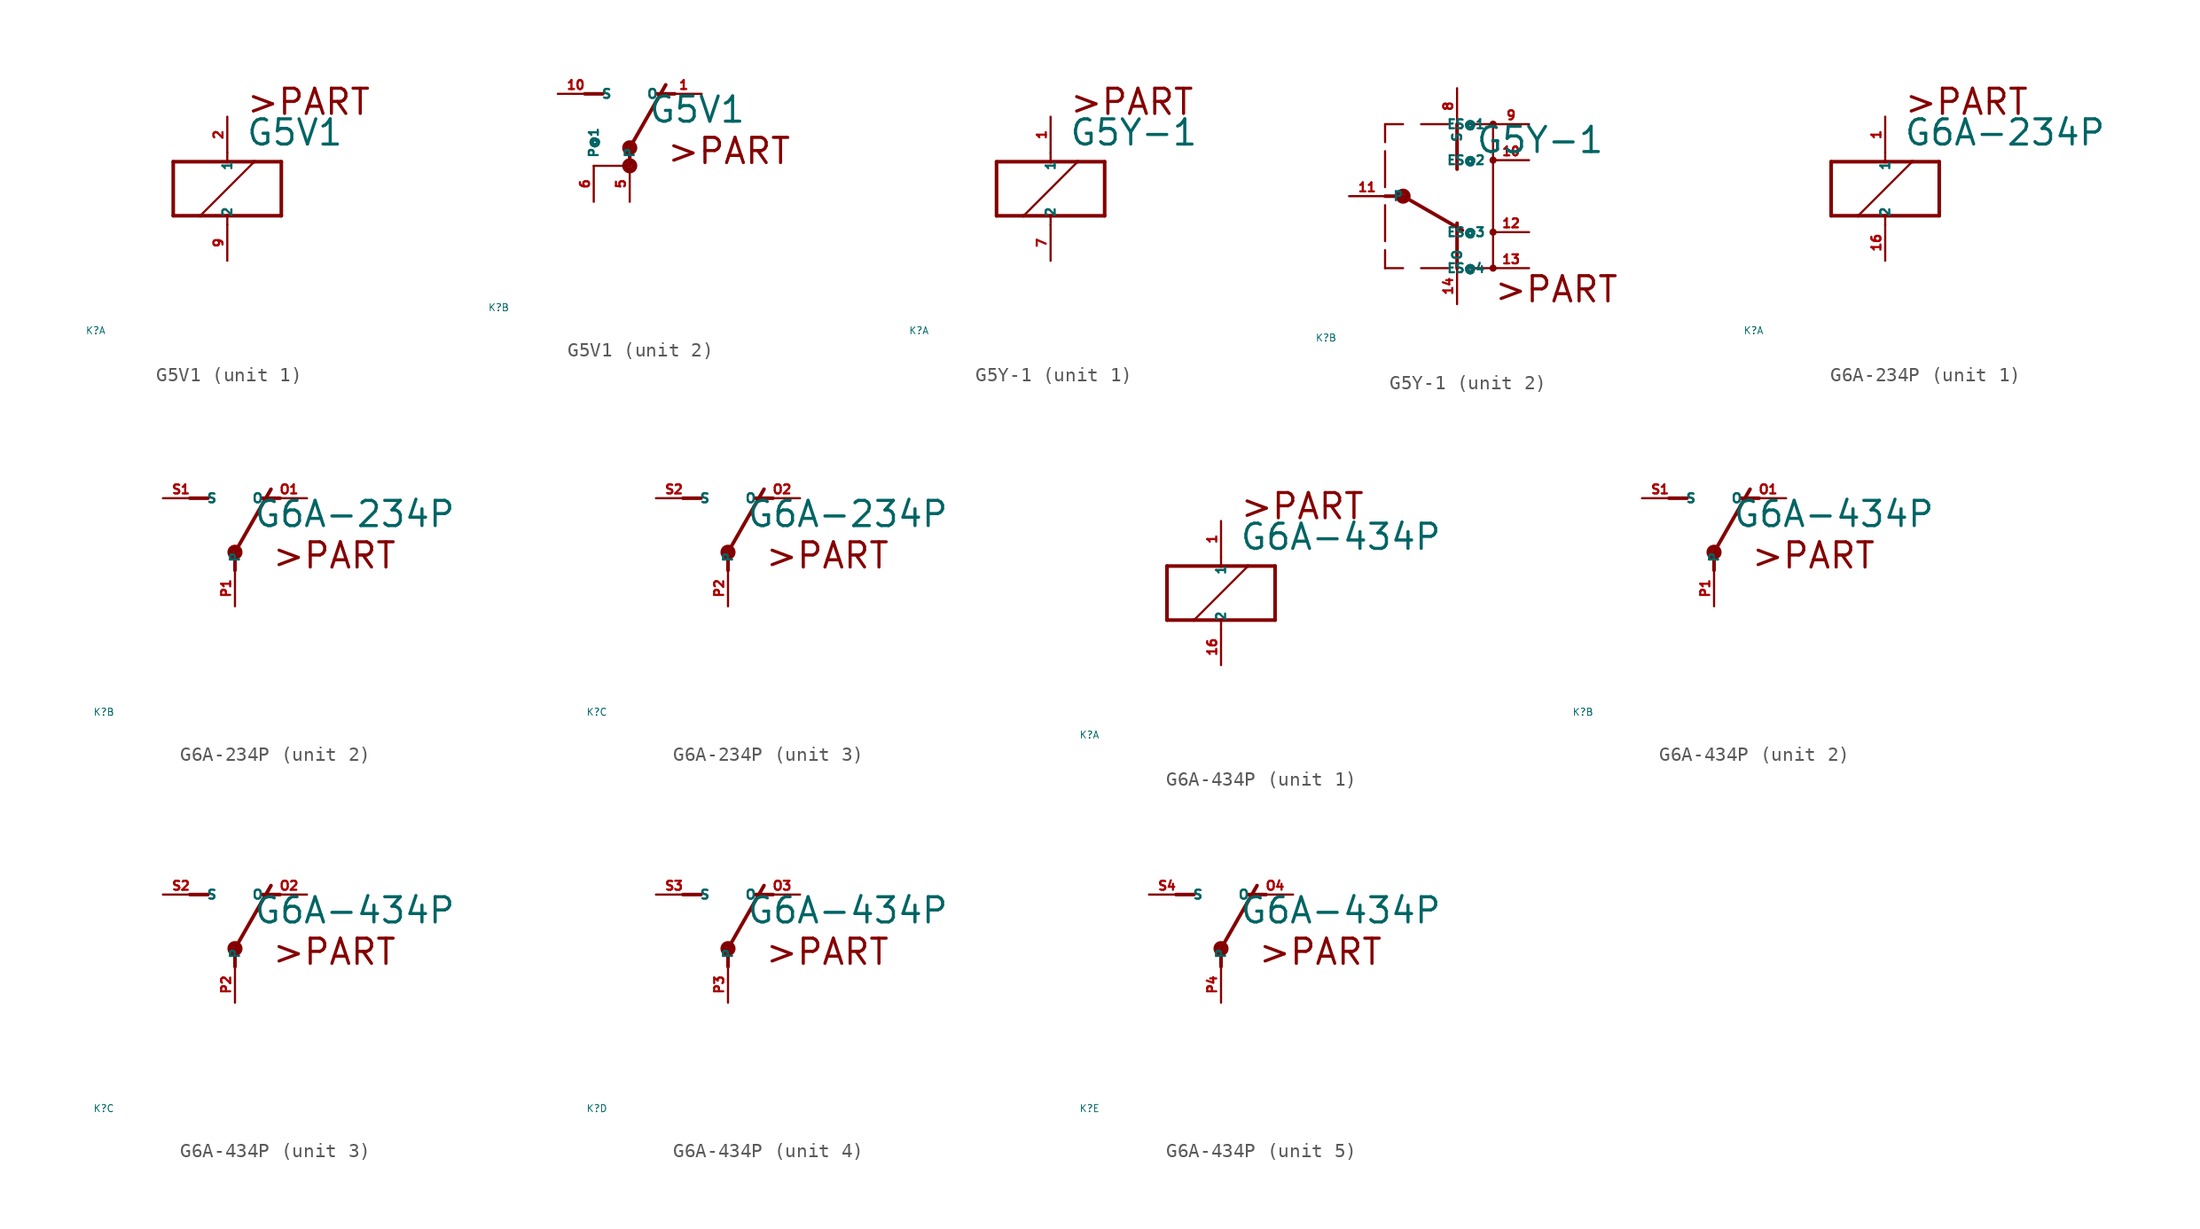
<source format=kicad_sym>
(kicad_symbol_lib
  (version 20220914)
  (generator Eagle2Kicad)
  (symbol "G5V1"
    (property "Reference" "K"
      (at -10 -10 0)
      (effects (font (size 0.5 0.5) (thickness 0.06)) (justify left)))
    (property "Value" "G5V1"
      (at 1.27 2.921 0)
      (effects (font (size 1.778 1.778) (thickness 0.22)) (justify left bottom)))
    (symbol "G5V1_1_0"
      (polyline (pts (xy -3.81 -1.905) (xy -1.905 -1.905)) (stroke (width 0.254) (type default)) (fill (type none)))
      (polyline (pts (xy 3.81 -1.905) (xy 3.81 1.905)) (stroke (width 0.254) (type default)) (fill (type none)))
      (polyline (pts (xy 3.81 1.905) (xy 1.905 1.905)) (stroke (width 0.254) (type default)) (fill (type none)))
      (polyline (pts (xy -3.81 1.905) (xy -3.81 -1.905)) (stroke (width 0.254) (type default)) (fill (type none)))
      (polyline (pts (xy 0 -2.54) (xy 0 -1.905)) (stroke (width 0.152) (type default)) (fill (type none)))
      (polyline (pts (xy 0 -1.905) (xy 3.81 -1.905)) (stroke (width 0.254) (type default)) (fill (type none)))
      (polyline (pts (xy 0 2.54) (xy 0 1.905)) (stroke (width 0.152) (type default)) (fill (type none)))
      (polyline (pts (xy 0 1.905) (xy -3.81 1.905)) (stroke (width 0.254) (type default)) (fill (type none)))
      (polyline (pts (xy -1.905 -1.905) (xy 1.905 1.905)) (stroke (width 0.152) (type default)) (fill (type none)))
      (polyline (pts (xy -1.905 -1.905) (xy 0 -1.905)) (stroke (width 0.254) (type default)) (fill (type none)))
      (polyline (pts (xy 1.905 1.905) (xy 0 1.905)) (stroke (width 0.254) (type default)) (fill (type none)))
      (text ">PART" (at 1.27 5.08 0) (effects (font (size 1.778 1.778) (thickness 0.22)) (justify left bottom)))
      (pin passive line (at 0 -5.08 90) (length 2.54) (name "2" (effects (font (size 0.635 0.635) (thickness 0.08)) (justify left bottom))) (number "9" (effects (font (size 0.635 0.635) (thickness 0.08)) (justify left bottom))))
      (pin passive line (at 0 5.08 270) (length 2.54) (name "1" (effects (font (size 0.635 0.635) (thickness 0.08)) (justify left bottom))) (number "2" (effects (font (size 0.635 0.635) (thickness 0.08)) (justify left bottom)))))
    (symbol "G5V1_2_0"
      (polyline (pts (xy 3.175 5.08) (xy 1.905 5.08)) (stroke (width 0.254) (type default)) (fill (type none)))
      (polyline (pts (xy -3.175 5.08) (xy -1.905 5.08)) (stroke (width 0.254) (type default)) (fill (type none)))
      (polyline (pts (xy 0 1.27) (xy 2.54 5.715)) (stroke (width 0.254) (type default)) (fill (type none)))
      (polyline (pts (xy -2.54 0) (xy 0 0)) (stroke (width 0.152) (type default)) (fill (type none)))
      (polyline (pts (xy 0 0) (xy 0 1.27)) (stroke (width 0.254) (type default)) (fill (type none)))
      (text ">PART" (at 2.54 0 0) (effects (font (size 1.778 1.778) (thickness 0.22)) (justify left bottom)))
      (circle (center 0 0) (radius 0.127) (stroke (width 0.406) (type default)) (fill (type none)))
      (circle (center 0 1.27) (radius 0.127) (stroke (width 0.406) (type default)) (fill (type none)))
      (pin passive line (at 5.08 5.08 180) (length 2.54) (name "O" (effects (font (size 0.635 0.635) (thickness 0.08)) (justify left bottom))) (number "1" (effects (font (size 0.635 0.635) (thickness 0.08)) (justify left bottom))))
      (pin passive line (at -5.08 5.08 0) (length 2.54) (name "S" (effects (font (size 0.635 0.635) (thickness 0.08)) (justify left bottom))) (number "10" (effects (font (size 0.635 0.635) (thickness 0.08)) (justify left bottom))))
      (pin passive line (at 0 -2.54 90) (length 2.54) (name "P" (effects (font (size 0.635 0.635) (thickness 0.08)) (justify left bottom))) (number "5" (effects (font (size 0.635 0.635) (thickness 0.08)) (justify left bottom))))
      (pin passive line (at -2.54 -2.54 90) (length 2.54) (name "P@1" (effects (font (size 0.635 0.635) (thickness 0.08)) (justify left bottom))) (number "6" (effects (font (size 0.635 0.635) (thickness 0.08)) (justify left bottom))))))
  (symbol "G5Y-1"
    (property "Reference" "K"
      (at -10 -10 0)
      (effects (font (size 0.5 0.5) (thickness 0.06)) (justify left)))
    (property "Value" "G5Y-1"
      (at 1.27 2.921 0)
      (effects (font (size 1.778 1.778) (thickness 0.22)) (justify left bottom)))
    (symbol "G5Y-1_1_0"
      (polyline (pts (xy -3.81 -1.905) (xy -1.905 -1.905)) (stroke (width 0.254) (type default)) (fill (type none)))
      (polyline (pts (xy 3.81 -1.905) (xy 3.81 1.905)) (stroke (width 0.254) (type default)) (fill (type none)))
      (polyline (pts (xy 3.81 1.905) (xy 1.905 1.905)) (stroke (width 0.254) (type default)) (fill (type none)))
      (polyline (pts (xy -3.81 1.905) (xy -3.81 -1.905)) (stroke (width 0.254) (type default)) (fill (type none)))
      (polyline (pts (xy 0 -2.54) (xy 0 -1.905)) (stroke (width 0.152) (type default)) (fill (type none)))
      (polyline (pts (xy 0 -1.905) (xy 3.81 -1.905)) (stroke (width 0.254) (type default)) (fill (type none)))
      (polyline (pts (xy 0 2.54) (xy 0 1.905)) (stroke (width 0.152) (type default)) (fill (type none)))
      (polyline (pts (xy 0 1.905) (xy -3.81 1.905)) (stroke (width 0.254) (type default)) (fill (type none)))
      (polyline (pts (xy -1.905 -1.905) (xy 1.905 1.905)) (stroke (width 0.152) (type default)) (fill (type none)))
      (polyline (pts (xy -1.905 -1.905) (xy 0 -1.905)) (stroke (width 0.254) (type default)) (fill (type none)))
      (polyline (pts (xy 1.905 1.905) (xy 0 1.905)) (stroke (width 0.254) (type default)) (fill (type none)))
      (text ">PART" (at 1.27 5.08 0) (effects (font (size 1.778 1.778) (thickness 0.22)) (justify left bottom)))
      (pin passive line (at 0 -5.08 90) (length 2.54) (name "2" (effects (font (size 0.635 0.635) (thickness 0.08)) (justify left bottom))) (number "7" (effects (font (size 0.635 0.635) (thickness 0.08)) (justify left bottom))))
      (pin passive line (at 0 5.08 270) (length 2.54) (name "1" (effects (font (size 0.635 0.635) (thickness 0.08)) (justify left bottom))) (number "1" (effects (font (size 0.635 0.635) (thickness 0.08)) (justify left bottom)))))
    (symbol "G5Y-1_2_0"
      (polyline (pts (xy 0 -5.08) (xy 0 -1.905)) (stroke (width 0.254) (type default)) (fill (type none)))
      (polyline (pts (xy 0 5.08) (xy 0 1.905)) (stroke (width 0.254) (type default)) (fill (type none)))
      (polyline (pts (xy -5.08 0) (xy -3.81 0)) (stroke (width 0.254) (type default)) (fill (type none)))
      (polyline (pts (xy -3.81 0) (xy 0.381 -2.413)) (stroke (width 0.254) (type default)) (fill (type none)))
      (polyline (pts (xy 2.54 5.08) (xy 2.54 -5.08)) (stroke (width 0.152) (type default)) (fill (type none)))
      (polyline (pts (xy 2.54 -5.08) (xy 0.635 -5.08)) (stroke (width 0.152) (type default)) (fill (type none)))
      (polyline (pts (xy 2.54 5.08) (xy 0.635 5.08)) (stroke (width 0.152) (type default)) (fill (type none)))
      (polyline (pts (xy -0.635 5.08) (xy -2.54 5.08)) (stroke (width 0.152) (type default)) (fill (type none)))
      (polyline (pts (xy -0.635 -5.08) (xy -2.54 -5.08)) (stroke (width 0.152) (type default)) (fill (type none)))
      (polyline (pts (xy -5.08 3.175) (xy -5.08 0.635)) (stroke (width 0.152) (type default)) (fill (type none)))
      (polyline (pts (xy -5.08 -0.635) (xy -5.08 -3.175)) (stroke (width 0.152) (type default)) (fill (type none)))
      (polyline (pts (xy -5.08 -3.81) (xy -5.08 -5.08)) (stroke (width 0.152) (type default)) (fill (type none)))
      (polyline (pts (xy -5.08 -5.08) (xy -3.81 -5.08)) (stroke (width 0.152) (type default)) (fill (type none)))
      (polyline (pts (xy -3.81 5.08) (xy -5.08 5.08)) (stroke (width 0.152) (type default)) (fill (type none)))
      (polyline (pts (xy -5.08 5.08) (xy -5.08 3.81)) (stroke (width 0.152) (type default)) (fill (type none)))
      (text ">PART" (at 2.54 -7.62 0) (effects (font (size 1.778 1.778) (thickness 0.22)) (justify left bottom)))
      (circle (center -3.81 0) (radius 0.127) (stroke (width 0.406) (type default)) (fill (type none)))
      (circle (center 2.54 -5.08) (radius 0.127) (stroke (width 0.254) (type default)) (fill (type none)))
      (circle (center 2.54 -2.54) (radius 0.127) (stroke (width 0.254) (type default)) (fill (type none)))
      (circle (center 2.54 2.54) (radius 0.127) (stroke (width 0.254) (type default)) (fill (type none)))
      (circle (center 2.54 5.08) (radius 0.127) (stroke (width 0.254) (type default)) (fill (type none)))
      (pin passive line (at 0 -7.62 90) (length 2.54) (name "O" (effects (font (size 0.635 0.635) (thickness 0.08)) (justify left bottom))) (number "14" (effects (font (size 0.635 0.635) (thickness 0.08)) (justify left bottom))))
      (pin passive line (at 0 7.62 270) (length 2.54) (name "S" (effects (font (size 0.635 0.635) (thickness 0.08)) (justify left bottom))) (number "8" (effects (font (size 0.635 0.635) (thickness 0.08)) (justify left bottom))))
      (pin passive line (at -7.62 0 0) (length 2.54) (name "P" (effects (font (size 0.635 0.635) (thickness 0.08)) (justify left bottom))) (number "11" (effects (font (size 0.635 0.635) (thickness 0.08)) (justify left bottom))))
      (pin passive line (at 5.08 5.08 180) (length 2.54) (name "ES@1" (effects (font (size 0.635 0.635) (thickness 0.08)) (justify left bottom))) (number "9" (effects (font (size 0.635 0.635) (thickness 0.08)) (justify left bottom))))
      (pin passive line (at 5.08 2.54 180) (length 2.54) (name "ES@2" (effects (font (size 0.635 0.635) (thickness 0.08)) (justify left bottom))) (number "10" (effects (font (size 0.635 0.635) (thickness 0.08)) (justify left bottom))))
      (pin passive line (at 5.08 -2.54 180) (length 2.54) (name "ES@3" (effects (font (size 0.635 0.635) (thickness 0.08)) (justify left bottom))) (number "12" (effects (font (size 0.635 0.635) (thickness 0.08)) (justify left bottom))))
      (pin passive line (at 5.08 -5.08 180) (length 2.54) (name "ES@4" (effects (font (size 0.635 0.635) (thickness 0.08)) (justify left bottom))) (number "13" (effects (font (size 0.635 0.635) (thickness 0.08)) (justify left bottom))))))
  (symbol "G6A-234P"
    (property "Reference" "K"
      (at -10 -10 0)
      (effects (font (size 0.5 0.5) (thickness 0.06)) (justify left)))
    (property "Value" "G6A-234P"
      (at 1.27 2.921 0)
      (effects (font (size 1.778 1.778) (thickness 0.22)) (justify left bottom)))
    (symbol "G6A-234P_1_0"
      (polyline (pts (xy -3.81 -1.905) (xy -1.905 -1.905)) (stroke (width 0.254) (type default)) (fill (type none)))
      (polyline (pts (xy 3.81 -1.905) (xy 3.81 1.905)) (stroke (width 0.254) (type default)) (fill (type none)))
      (polyline (pts (xy 3.81 1.905) (xy 1.905 1.905)) (stroke (width 0.254) (type default)) (fill (type none)))
      (polyline (pts (xy -3.81 1.905) (xy -3.81 -1.905)) (stroke (width 0.254) (type default)) (fill (type none)))
      (polyline (pts (xy 0 -2.54) (xy 0 -1.905)) (stroke (width 0.152) (type default)) (fill (type none)))
      (polyline (pts (xy 0 -1.905) (xy 3.81 -1.905)) (stroke (width 0.254) (type default)) (fill (type none)))
      (polyline (pts (xy 0 2.54) (xy 0 1.905)) (stroke (width 0.152) (type default)) (fill (type none)))
      (polyline (pts (xy 0 1.905) (xy -3.81 1.905)) (stroke (width 0.254) (type default)) (fill (type none)))
      (polyline (pts (xy -1.905 -1.905) (xy 1.905 1.905)) (stroke (width 0.152) (type default)) (fill (type none)))
      (polyline (pts (xy -1.905 -1.905) (xy 0 -1.905)) (stroke (width 0.254) (type default)) (fill (type none)))
      (polyline (pts (xy 1.905 1.905) (xy 0 1.905)) (stroke (width 0.254) (type default)) (fill (type none)))
      (text ">PART" (at 1.27 5.08 0) (effects (font (size 1.778 1.778) (thickness 0.22)) (justify left bottom)))
      (pin passive line (at 0 -5.08 90) (length 2.54) (name "2" (effects (font (size 0.635 0.635) (thickness 0.08)) (justify left bottom))) (number "16" (effects (font (size 0.635 0.635) (thickness 0.08)) (justify left bottom))))
      (pin passive line (at 0 5.08 270) (length 2.54) (name "1" (effects (font (size 0.635 0.635) (thickness 0.08)) (justify left bottom))) (number "1" (effects (font (size 0.635 0.635) (thickness 0.08)) (justify left bottom)))))
    (symbol "G6A-234P_2_0"
      (polyline (pts (xy 3.175 5.08) (xy 1.905 5.08)) (stroke (width 0.254) (type default)) (fill (type none)))
      (polyline (pts (xy -3.175 5.08) (xy -1.905 5.08)) (stroke (width 0.254) (type default)) (fill (type none)))
      (polyline (pts (xy 0 1.27) (xy 2.54 5.715)) (stroke (width 0.254) (type default)) (fill (type none)))
      (polyline (pts (xy 0 1.27) (xy 0 0)) (stroke (width 0.254) (type default)) (fill (type none)))
      (text ">PART" (at 2.54 0 0) (effects (font (size 1.778 1.778) (thickness 0.22)) (justify left bottom)))
      (circle (center 0 1.27) (radius 0.127) (stroke (width 0.406) (type default)) (fill (type none)))
      (pin passive line (at 5.08 5.08 180) (length 2.54) (name "O" (effects (font (size 0.635 0.635) (thickness 0.08)) (justify left bottom))) (number "O1" (effects (font (size 0.635 0.635) (thickness 0.08)) (justify left bottom))))
      (pin passive line (at -5.08 5.08 0) (length 2.54) (name "S" (effects (font (size 0.635 0.635) (thickness 0.08)) (justify left bottom))) (number "S1" (effects (font (size 0.635 0.635) (thickness 0.08)) (justify left bottom))))
      (pin passive line (at 0 -2.54 90) (length 2.54) (name "P" (effects (font (size 0.635 0.635) (thickness 0.08)) (justify left bottom))) (number "P1" (effects (font (size 0.635 0.635) (thickness 0.08)) (justify left bottom)))))
    (symbol "G6A-234P_3_0"
      (polyline (pts (xy 3.175 5.08) (xy 1.905 5.08)) (stroke (width 0.254) (type default)) (fill (type none)))
      (polyline (pts (xy -3.175 5.08) (xy -1.905 5.08)) (stroke (width 0.254) (type default)) (fill (type none)))
      (polyline (pts (xy 0 1.27) (xy 2.54 5.715)) (stroke (width 0.254) (type default)) (fill (type none)))
      (polyline (pts (xy 0 1.27) (xy 0 0)) (stroke (width 0.254) (type default)) (fill (type none)))
      (text ">PART" (at 2.54 0 0) (effects (font (size 1.778 1.778) (thickness 0.22)) (justify left bottom)))
      (circle (center 0 1.27) (radius 0.127) (stroke (width 0.406) (type default)) (fill (type none)))
      (pin passive line (at 5.08 5.08 180) (length 2.54) (name "O" (effects (font (size 0.635 0.635) (thickness 0.08)) (justify left bottom))) (number "O2" (effects (font (size 0.635 0.635) (thickness 0.08)) (justify left bottom))))
      (pin passive line (at -5.08 5.08 0) (length 2.54) (name "S" (effects (font (size 0.635 0.635) (thickness 0.08)) (justify left bottom))) (number "S2" (effects (font (size 0.635 0.635) (thickness 0.08)) (justify left bottom))))
      (pin passive line (at 0 -2.54 90) (length 2.54) (name "P" (effects (font (size 0.635 0.635) (thickness 0.08)) (justify left bottom))) (number "P2" (effects (font (size 0.635 0.635) (thickness 0.08)) (justify left bottom))))))
  (symbol "G6A-434P"
    (property "Reference" "K"
      (at -10 -10 0)
      (effects (font (size 0.5 0.5) (thickness 0.06)) (justify left)))
    (property "Value" "G6A-434P"
      (at 1.27 2.921 0)
      (effects (font (size 1.778 1.778) (thickness 0.22)) (justify left bottom)))
    (symbol "G6A-434P_1_0"
      (polyline (pts (xy -3.81 -1.905) (xy -1.905 -1.905)) (stroke (width 0.254) (type default)) (fill (type none)))
      (polyline (pts (xy 3.81 -1.905) (xy 3.81 1.905)) (stroke (width 0.254) (type default)) (fill (type none)))
      (polyline (pts (xy 3.81 1.905) (xy 1.905 1.905)) (stroke (width 0.254) (type default)) (fill (type none)))
      (polyline (pts (xy -3.81 1.905) (xy -3.81 -1.905)) (stroke (width 0.254) (type default)) (fill (type none)))
      (polyline (pts (xy 0 -2.54) (xy 0 -1.905)) (stroke (width 0.152) (type default)) (fill (type none)))
      (polyline (pts (xy 0 -1.905) (xy 3.81 -1.905)) (stroke (width 0.254) (type default)) (fill (type none)))
      (polyline (pts (xy 0 2.54) (xy 0 1.905)) (stroke (width 0.152) (type default)) (fill (type none)))
      (polyline (pts (xy 0 1.905) (xy -3.81 1.905)) (stroke (width 0.254) (type default)) (fill (type none)))
      (polyline (pts (xy -1.905 -1.905) (xy 1.905 1.905)) (stroke (width 0.152) (type default)) (fill (type none)))
      (polyline (pts (xy -1.905 -1.905) (xy 0 -1.905)) (stroke (width 0.254) (type default)) (fill (type none)))
      (polyline (pts (xy 1.905 1.905) (xy 0 1.905)) (stroke (width 0.254) (type default)) (fill (type none)))
      (text ">PART" (at 1.27 5.08 0) (effects (font (size 1.778 1.778) (thickness 0.22)) (justify left bottom)))
      (pin passive line (at 0 -5.08 90) (length 2.54) (name "2" (effects (font (size 0.635 0.635) (thickness 0.08)) (justify left bottom))) (number "16" (effects (font (size 0.635 0.635) (thickness 0.08)) (justify left bottom))))
      (pin passive line (at 0 5.08 270) (length 2.54) (name "1" (effects (font (size 0.635 0.635) (thickness 0.08)) (justify left bottom))) (number "1" (effects (font (size 0.635 0.635) (thickness 0.08)) (justify left bottom)))))
    (symbol "G6A-434P_2_0"
      (polyline (pts (xy 3.175 5.08) (xy 1.905 5.08)) (stroke (width 0.254) (type default)) (fill (type none)))
      (polyline (pts (xy -3.175 5.08) (xy -1.905 5.08)) (stroke (width 0.254) (type default)) (fill (type none)))
      (polyline (pts (xy 0 1.27) (xy 2.54 5.715)) (stroke (width 0.254) (type default)) (fill (type none)))
      (polyline (pts (xy 0 1.27) (xy 0 0)) (stroke (width 0.254) (type default)) (fill (type none)))
      (text ">PART" (at 2.54 0 0) (effects (font (size 1.778 1.778) (thickness 0.22)) (justify left bottom)))
      (circle (center 0 1.27) (radius 0.127) (stroke (width 0.406) (type default)) (fill (type none)))
      (pin passive line (at 5.08 5.08 180) (length 2.54) (name "O" (effects (font (size 0.635 0.635) (thickness 0.08)) (justify left bottom))) (number "O1" (effects (font (size 0.635 0.635) (thickness 0.08)) (justify left bottom))))
      (pin passive line (at -5.08 5.08 0) (length 2.54) (name "S" (effects (font (size 0.635 0.635) (thickness 0.08)) (justify left bottom))) (number "S1" (effects (font (size 0.635 0.635) (thickness 0.08)) (justify left bottom))))
      (pin passive line (at 0 -2.54 90) (length 2.54) (name "P" (effects (font (size 0.635 0.635) (thickness 0.08)) (justify left bottom))) (number "P1" (effects (font (size 0.635 0.635) (thickness 0.08)) (justify left bottom)))))
    (symbol "G6A-434P_3_0"
      (polyline (pts (xy 3.175 5.08) (xy 1.905 5.08)) (stroke (width 0.254) (type default)) (fill (type none)))
      (polyline (pts (xy -3.175 5.08) (xy -1.905 5.08)) (stroke (width 0.254) (type default)) (fill (type none)))
      (polyline (pts (xy 0 1.27) (xy 2.54 5.715)) (stroke (width 0.254) (type default)) (fill (type none)))
      (polyline (pts (xy 0 1.27) (xy 0 0)) (stroke (width 0.254) (type default)) (fill (type none)))
      (text ">PART" (at 2.54 0 0) (effects (font (size 1.778 1.778) (thickness 0.22)) (justify left bottom)))
      (circle (center 0 1.27) (radius 0.127) (stroke (width 0.406) (type default)) (fill (type none)))
      (pin passive line (at 5.08 5.08 180) (length 2.54) (name "O" (effects (font (size 0.635 0.635) (thickness 0.08)) (justify left bottom))) (number "O2" (effects (font (size 0.635 0.635) (thickness 0.08)) (justify left bottom))))
      (pin passive line (at -5.08 5.08 0) (length 2.54) (name "S" (effects (font (size 0.635 0.635) (thickness 0.08)) (justify left bottom))) (number "S2" (effects (font (size 0.635 0.635) (thickness 0.08)) (justify left bottom))))
      (pin passive line (at 0 -2.54 90) (length 2.54) (name "P" (effects (font (size 0.635 0.635) (thickness 0.08)) (justify left bottom))) (number "P2" (effects (font (size 0.635 0.635) (thickness 0.08)) (justify left bottom)))))
    (symbol "G6A-434P_4_0"
      (polyline (pts (xy 3.175 5.08) (xy 1.905 5.08)) (stroke (width 0.254) (type default)) (fill (type none)))
      (polyline (pts (xy -3.175 5.08) (xy -1.905 5.08)) (stroke (width 0.254) (type default)) (fill (type none)))
      (polyline (pts (xy 0 1.27) (xy 2.54 5.715)) (stroke (width 0.254) (type default)) (fill (type none)))
      (polyline (pts (xy 0 1.27) (xy 0 0)) (stroke (width 0.254) (type default)) (fill (type none)))
      (text ">PART" (at 2.54 0 0) (effects (font (size 1.778 1.778) (thickness 0.22)) (justify left bottom)))
      (circle (center 0 1.27) (radius 0.127) (stroke (width 0.406) (type default)) (fill (type none)))
      (pin passive line (at 5.08 5.08 180) (length 2.54) (name "O" (effects (font (size 0.635 0.635) (thickness 0.08)) (justify left bottom))) (number "O3" (effects (font (size 0.635 0.635) (thickness 0.08)) (justify left bottom))))
      (pin passive line (at -5.08 5.08 0) (length 2.54) (name "S" (effects (font (size 0.635 0.635) (thickness 0.08)) (justify left bottom))) (number "S3" (effects (font (size 0.635 0.635) (thickness 0.08)) (justify left bottom))))
      (pin passive line (at 0 -2.54 90) (length 2.54) (name "P" (effects (font (size 0.635 0.635) (thickness 0.08)) (justify left bottom))) (number "P3" (effects (font (size 0.635 0.635) (thickness 0.08)) (justify left bottom)))))
    (symbol "G6A-434P_5_0"
      (polyline (pts (xy 3.175 5.08) (xy 1.905 5.08)) (stroke (width 0.254) (type default)) (fill (type none)))
      (polyline (pts (xy -3.175 5.08) (xy -1.905 5.08)) (stroke (width 0.254) (type default)) (fill (type none)))
      (polyline (pts (xy 0 1.27) (xy 2.54 5.715)) (stroke (width 0.254) (type default)) (fill (type none)))
      (polyline (pts (xy 0 1.27) (xy 0 0)) (stroke (width 0.254) (type default)) (fill (type none)))
      (text ">PART" (at 2.54 0 0) (effects (font (size 1.778 1.778) (thickness 0.22)) (justify left bottom)))
      (circle (center 0 1.27) (radius 0.127) (stroke (width 0.406) (type default)) (fill (type none)))
      (pin passive line (at 5.08 5.08 180) (length 2.54) (name "O" (effects (font (size 0.635 0.635) (thickness 0.08)) (justify left bottom))) (number "O4" (effects (font (size 0.635 0.635) (thickness 0.08)) (justify left bottom))))
      (pin passive line (at -5.08 5.08 0) (length 2.54) (name "S" (effects (font (size 0.635 0.635) (thickness 0.08)) (justify left bottom))) (number "S4" (effects (font (size 0.635 0.635) (thickness 0.08)) (justify left bottom))))
      (pin passive line (at 0 -2.54 90) (length 2.54) (name "P" (effects (font (size 0.635 0.635) (thickness 0.08)) (justify left bottom))) (number "P4" (effects (font (size 0.635 0.635) (thickness 0.08)) (justify left bottom)))))))
</source>
